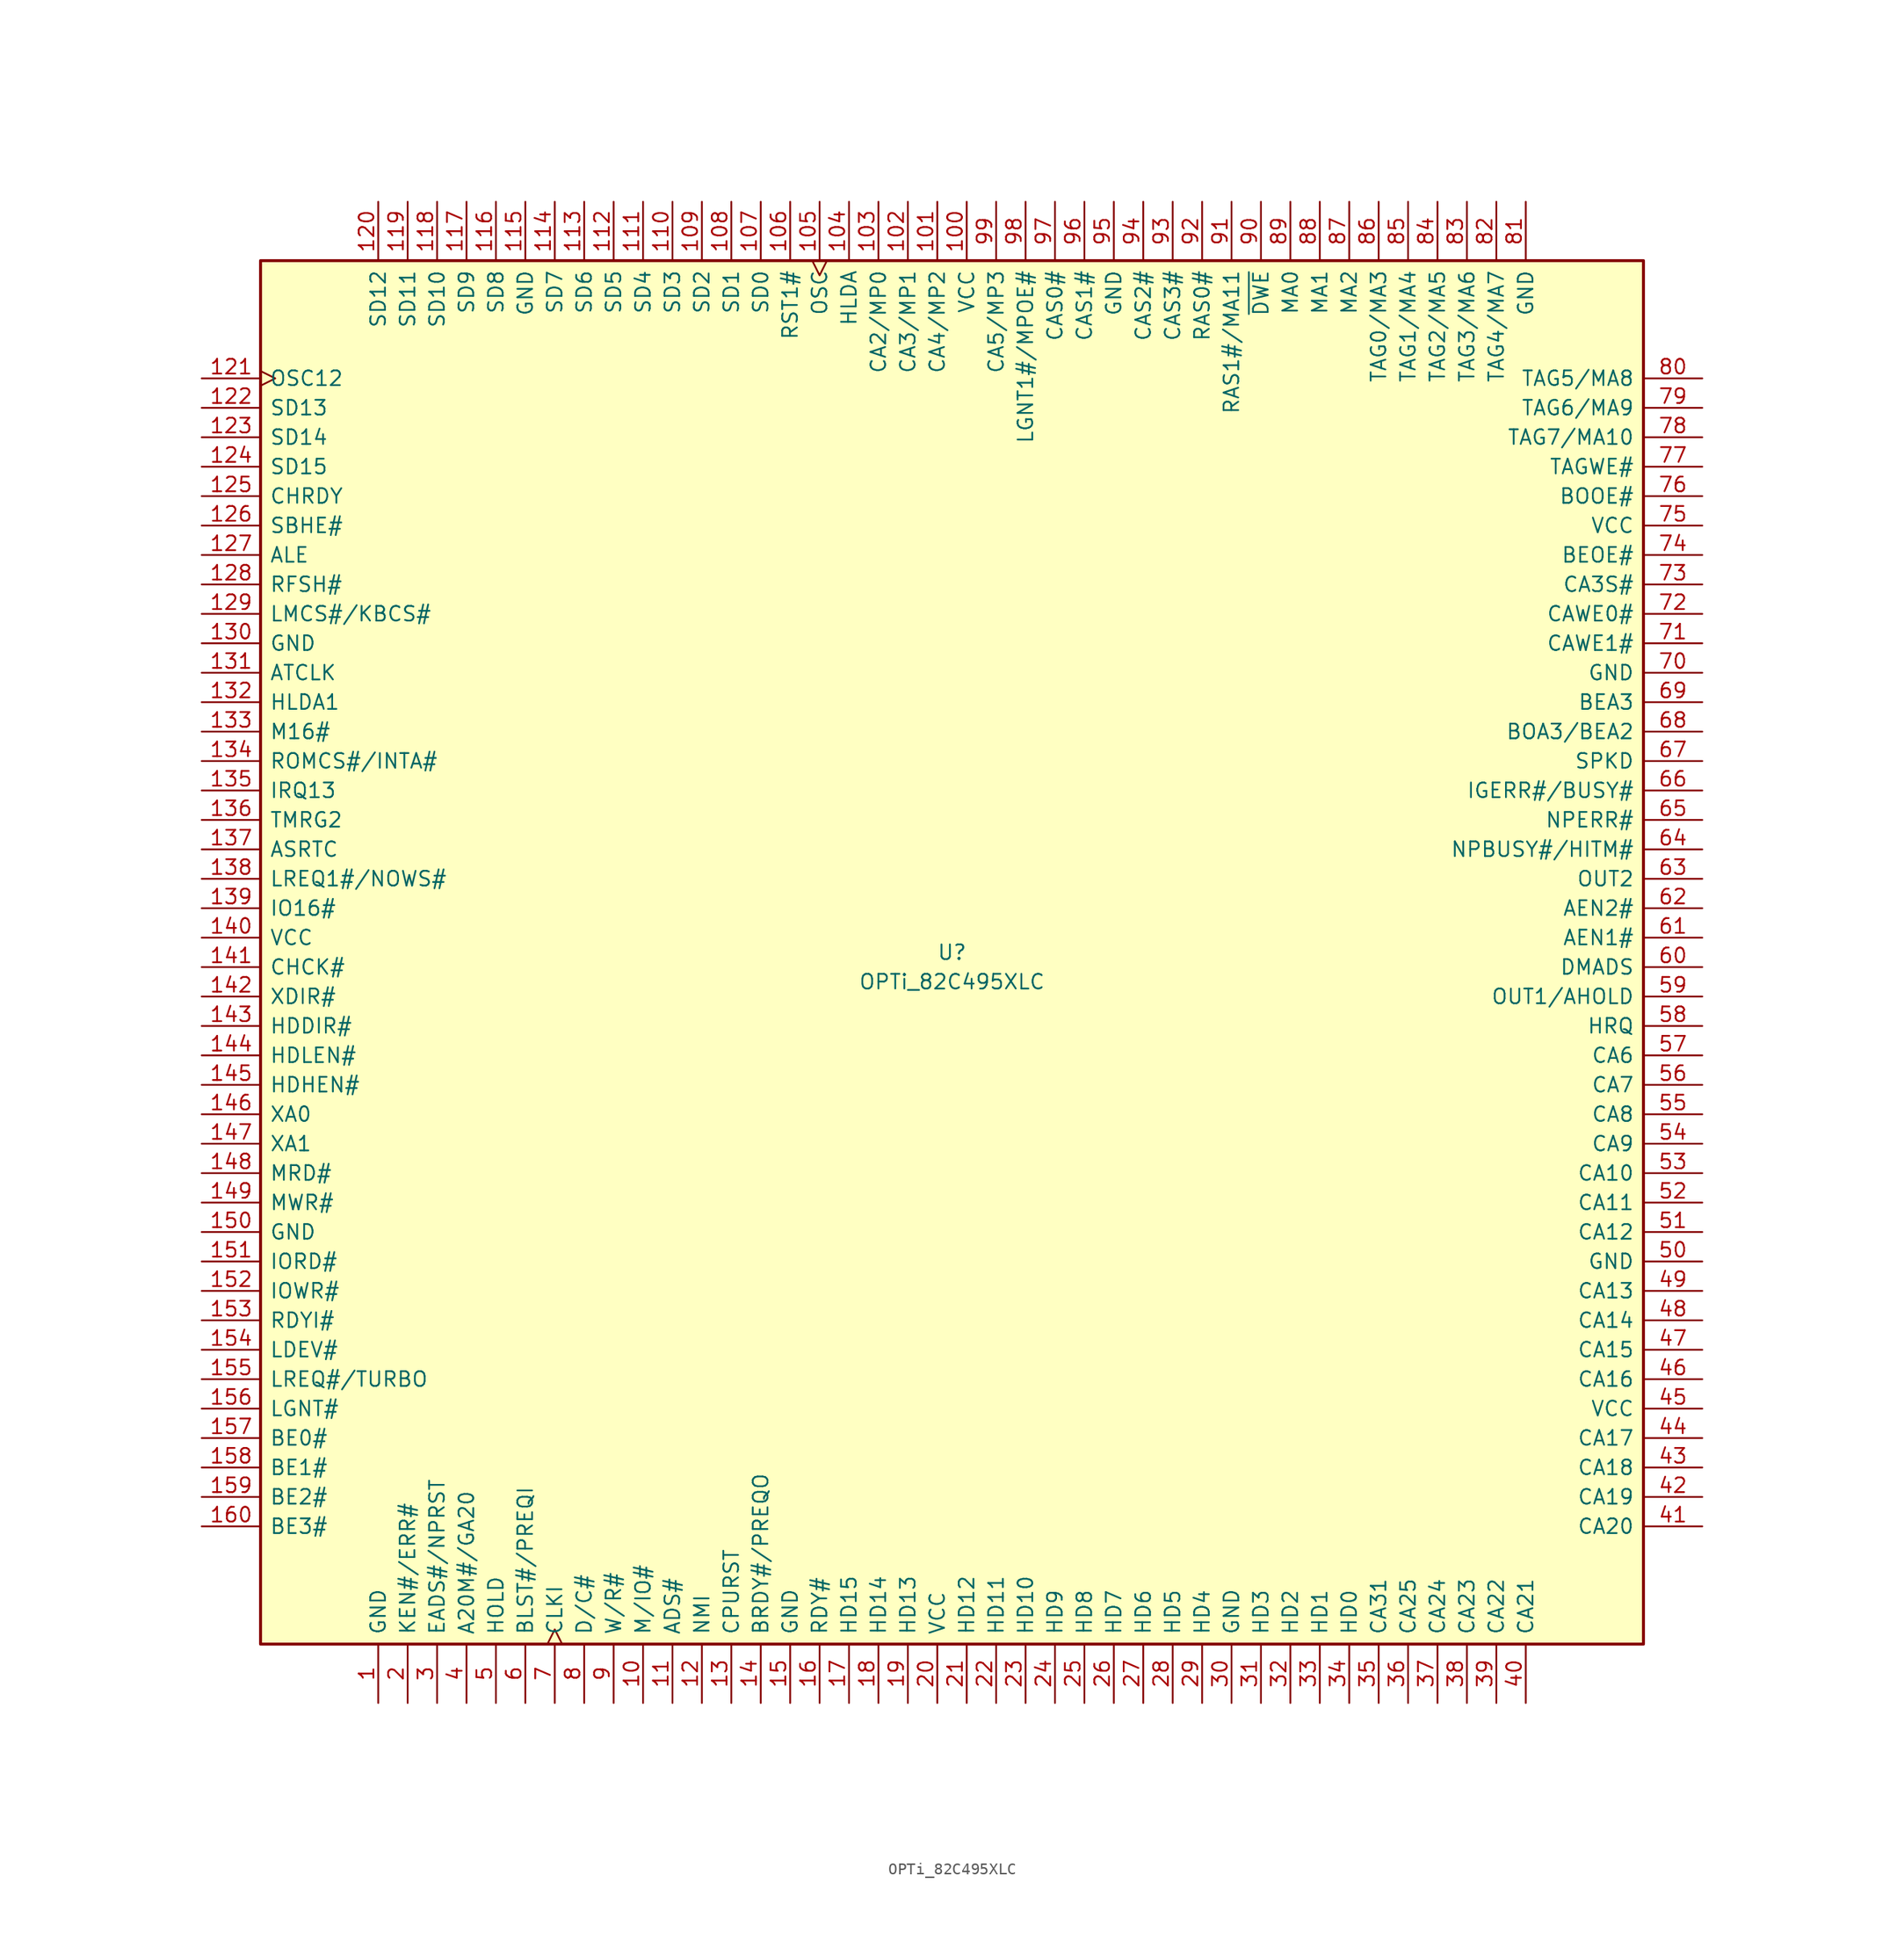
<source format=kicad_sym>
(kicad_symbol_lib
  (version 20211014)
  (generator kicad_symbol_editor)
  (symbol "OPTi_82C495XLC"
    (pin_names
      (offset 0.762))
    (property "Reference" "U"
      (at 0 0 0)
      (effects (font (size 1.27 1.27))))
    (property "Value" "OPTi_82C495XLC"
      (at 0 -2.54 0)
      (effects (font (size 1.27 1.27))))
    (symbol "OPTi_82C495XLC_1_1"
      (rectangle (start -59.69 -59.69) (end 59.69 59.69) (stroke (width 0.254) (type default) (color 0 0 0 0)) (fill (type background)))
      (pin power_in line (at -49.53 -64.77 90) (length 5.08) (name "GND" (effects (font (size 1.27 1.27)))) (number "1" (effects (font (size 1.27 1.27)))))
      (pin bidirectional line (at -26.67 -64.77 90) (length 5.08) (name "M/IO#" (effects (font (size 1.27 1.27)))) (number "10" (effects (font (size 1.27 1.27)))))
      (pin power_in line (at 1.27 64.77 270) (length 5.08) (name "VCC" (effects (font (size 1.27 1.27)))) (number "100" (effects (font (size 1.27 1.27)))))
      (pin bidirectional line (at -1.27 64.77 270) (length 5.08) (name "CA4/MP2" (effects (font (size 1.27 1.27)))) (number "101" (effects (font (size 1.27 1.27)))))
      (pin bidirectional line (at -3.81 64.77 270) (length 5.08) (name "CA3/MP1" (effects (font (size 1.27 1.27)))) (number "102" (effects (font (size 1.27 1.27)))))
      (pin bidirectional line (at -6.35 64.77 270) (length 5.08) (name "CA2/MP0" (effects (font (size 1.27 1.27)))) (number "103" (effects (font (size 1.27 1.27)))))
      (pin input line (at -8.89 64.77 270) (length 5.08) (name "HLDA" (effects (font (size 1.27 1.27)))) (number "104" (effects (font (size 1.27 1.27)))))
      (pin input clock (at -11.43 64.77 270) (length 5.08) (name "OSC" (effects (font (size 1.27 1.27)))) (number "105" (effects (font (size 1.27 1.27)))))
      (pin input line (at -13.97 64.77 270) (length 5.08) (name "RST1#" (effects (font (size 1.27 1.27)))) (number "106" (effects (font (size 1.27 1.27)))))
      (pin bidirectional line (at -16.51 64.77 270) (length 5.08) (name "SD0" (effects (font (size 1.27 1.27)))) (number "107" (effects (font (size 1.27 1.27)))))
      (pin bidirectional line (at -19.05 64.77 270) (length 5.08) (name "SD1" (effects (font (size 1.27 1.27)))) (number "108" (effects (font (size 1.27 1.27)))))
      (pin bidirectional line (at -21.59 64.77 270) (length 5.08) (name "SD2" (effects (font (size 1.27 1.27)))) (number "109" (effects (font (size 1.27 1.27)))))
      (pin bidirectional line (at -24.13 -64.77 90) (length 5.08) (name "ADS#" (effects (font (size 1.27 1.27)))) (number "11" (effects (font (size 1.27 1.27)))))
      (pin bidirectional line (at -24.13 64.77 270) (length 5.08) (name "SD3" (effects (font (size 1.27 1.27)))) (number "110" (effects (font (size 1.27 1.27)))))
      (pin bidirectional line (at -26.67 64.77 270) (length 5.08) (name "SD4" (effects (font (size 1.27 1.27)))) (number "111" (effects (font (size 1.27 1.27)))))
      (pin bidirectional line (at -29.21 64.77 270) (length 5.08) (name "SD5" (effects (font (size 1.27 1.27)))) (number "112" (effects (font (size 1.27 1.27)))))
      (pin bidirectional line (at -31.75 64.77 270) (length 5.08) (name "SD6" (effects (font (size 1.27 1.27)))) (number "113" (effects (font (size 1.27 1.27)))))
      (pin bidirectional line (at -34.29 64.77 270) (length 5.08) (name "SD7" (effects (font (size 1.27 1.27)))) (number "114" (effects (font (size 1.27 1.27)))))
      (pin power_in line (at -36.83 64.77 270) (length 5.08) (name "GND" (effects (font (size 1.27 1.27)))) (number "115" (effects (font (size 1.27 1.27)))))
      (pin bidirectional line (at -39.37 64.77 270) (length 5.08) (name "SD8" (effects (font (size 1.27 1.27)))) (number "116" (effects (font (size 1.27 1.27)))))
      (pin bidirectional line (at -41.91 64.77 270) (length 5.08) (name "SD9" (effects (font (size 1.27 1.27)))) (number "117" (effects (font (size 1.27 1.27)))))
      (pin bidirectional line (at -44.45 64.77 270) (length 5.08) (name "SD10" (effects (font (size 1.27 1.27)))) (number "118" (effects (font (size 1.27 1.27)))))
      (pin bidirectional line (at -46.99 64.77 270) (length 5.08) (name "SD11" (effects (font (size 1.27 1.27)))) (number "119" (effects (font (size 1.27 1.27)))))
      (pin output line (at -21.59 -64.77 90) (length 5.08) (name "NMI" (effects (font (size 1.27 1.27)))) (number "12" (effects (font (size 1.27 1.27)))))
      (pin bidirectional line (at -49.53 64.77 270) (length 5.08) (name "SD12" (effects (font (size 1.27 1.27)))) (number "120" (effects (font (size 1.27 1.27)))))
      (pin output clock (at -64.77 49.53 0) (length 5.08) (name "OSC12" (effects (font (size 1.27 1.27)))) (number "121" (effects (font (size 1.27 1.27)))))
      (pin bidirectional line (at -64.77 46.99 0) (length 5.08) (name "SD13" (effects (font (size 1.27 1.27)))) (number "122" (effects (font (size 1.27 1.27)))))
      (pin bidirectional line (at -64.77 44.45 0) (length 5.08) (name "SD14" (effects (font (size 1.27 1.27)))) (number "123" (effects (font (size 1.27 1.27)))))
      (pin bidirectional line (at -64.77 41.91 0) (length 5.08) (name "SD15" (effects (font (size 1.27 1.27)))) (number "124" (effects (font (size 1.27 1.27)))))
      (pin bidirectional line (at -64.77 39.37 0) (length 5.08) (name "CHRDY" (effects (font (size 1.27 1.27)))) (number "125" (effects (font (size 1.27 1.27)))))
      (pin bidirectional line (at -64.77 36.83 0) (length 5.08) (name "SBHE#" (effects (font (size 1.27 1.27)))) (number "126" (effects (font (size 1.27 1.27)))))
      (pin output line (at -64.77 34.29 0) (length 5.08) (name "ALE" (effects (font (size 1.27 1.27)))) (number "127" (effects (font (size 1.27 1.27)))))
      (pin bidirectional line (at -64.77 31.75 0) (length 5.08) (name "RFSH#" (effects (font (size 1.27 1.27)))) (number "128" (effects (font (size 1.27 1.27)))))
      (pin output line (at -64.77 29.21 0) (length 5.08) (name "LMCS#/KBCS#" (effects (font (size 1.27 1.27)))) (number "129" (effects (font (size 1.27 1.27)))))
      (pin output line (at -19.05 -64.77 90) (length 5.08) (name "CPURST" (effects (font (size 1.27 1.27)))) (number "13" (effects (font (size 1.27 1.27)))))
      (pin power_in line (at -64.77 26.67 0) (length 5.08) (name "GND" (effects (font (size 1.27 1.27)))) (number "130" (effects (font (size 1.27 1.27)))))
      (pin output line (at -64.77 24.13 0) (length 5.08) (name "ATCLK" (effects (font (size 1.27 1.27)))) (number "131" (effects (font (size 1.27 1.27)))))
      (pin output line (at -64.77 21.59 0) (length 5.08) (name "HLDA1" (effects (font (size 1.27 1.27)))) (number "132" (effects (font (size 1.27 1.27)))))
      (pin bidirectional line (at -64.77 19.05 0) (length 5.08) (name "M16#" (effects (font (size 1.27 1.27)))) (number "133" (effects (font (size 1.27 1.27)))))
      (pin output line (at -64.77 16.51 0) (length 5.08) (name "ROMCS#/INTA#" (effects (font (size 1.27 1.27)))) (number "134" (effects (font (size 1.27 1.27)))))
      (pin output line (at -64.77 13.97 0) (length 5.08) (name "IRQ13" (effects (font (size 1.27 1.27)))) (number "135" (effects (font (size 1.27 1.27)))))
      (pin output line (at -64.77 11.43 0) (length 5.08) (name "TMRG2" (effects (font (size 1.27 1.27)))) (number "136" (effects (font (size 1.27 1.27)))))
      (pin output line (at -64.77 8.89 0) (length 5.08) (name "ASRTC" (effects (font (size 1.27 1.27)))) (number "137" (effects (font (size 1.27 1.27)))))
      (pin input line (at -64.77 6.35 0) (length 5.08) (name "LREQ1#/NOWS#" (effects (font (size 1.27 1.27)))) (number "138" (effects (font (size 1.27 1.27)))))
      (pin input line (at -64.77 3.81 0) (length 5.08) (name "IO16#" (effects (font (size 1.27 1.27)))) (number "139" (effects (font (size 1.27 1.27)))))
      (pin output line (at -16.51 -64.77 90) (length 5.08) (name "BRDY#/PREQO" (effects (font (size 1.27 1.27)))) (number "14" (effects (font (size 1.27 1.27)))))
      (pin power_in line (at -64.77 1.27 0) (length 5.08) (name "VCC" (effects (font (size 1.27 1.27)))) (number "140" (effects (font (size 1.27 1.27)))))
      (pin input line (at -64.77 -1.27 0) (length 5.08) (name "CHCK#" (effects (font (size 1.27 1.27)))) (number "141" (effects (font (size 1.27 1.27)))))
      (pin bidirectional line (at -64.77 -3.81 0) (length 5.08) (name "XDIR#" (effects (font (size 1.27 1.27)))) (number "142" (effects (font (size 1.27 1.27)))))
      (pin output line (at -64.77 -6.35 0) (length 5.08) (name "HDDIR#" (effects (font (size 1.27 1.27)))) (number "143" (effects (font (size 1.27 1.27)))))
      (pin output line (at -64.77 -8.89 0) (length 5.08) (name "HDLEN#" (effects (font (size 1.27 1.27)))) (number "144" (effects (font (size 1.27 1.27)))))
      (pin output line (at -64.77 -11.43 0) (length 5.08) (name "HDHEN#" (effects (font (size 1.27 1.27)))) (number "145" (effects (font (size 1.27 1.27)))))
      (pin bidirectional line (at -64.77 -13.97 0) (length 5.08) (name "XA0" (effects (font (size 1.27 1.27)))) (number "146" (effects (font (size 1.27 1.27)))))
      (pin bidirectional line (at -64.77 -16.51 0) (length 5.08) (name "XA1" (effects (font (size 1.27 1.27)))) (number "147" (effects (font (size 1.27 1.27)))))
      (pin bidirectional line (at -64.77 -19.05 0) (length 5.08) (name "MRD#" (effects (font (size 1.27 1.27)))) (number "148" (effects (font (size 1.27 1.27)))))
      (pin bidirectional line (at -64.77 -21.59 0) (length 5.08) (name "MWR#" (effects (font (size 1.27 1.27)))) (number "149" (effects (font (size 1.27 1.27)))))
      (pin power_in line (at -13.97 -64.77 90) (length 5.08) (name "GND" (effects (font (size 1.27 1.27)))) (number "15" (effects (font (size 1.27 1.27)))))
      (pin power_in line (at -64.77 -24.13 0) (length 5.08) (name "GND" (effects (font (size 1.27 1.27)))) (number "150" (effects (font (size 1.27 1.27)))))
      (pin bidirectional line (at -64.77 -26.67 0) (length 5.08) (name "IORD#" (effects (font (size 1.27 1.27)))) (number "151" (effects (font (size 1.27 1.27)))))
      (pin bidirectional line (at -64.77 -29.21 0) (length 5.08) (name "IOWR#" (effects (font (size 1.27 1.27)))) (number "152" (effects (font (size 1.27 1.27)))))
      (pin input line (at -64.77 -31.75 0) (length 5.08) (name "RDYI#" (effects (font (size 1.27 1.27)))) (number "153" (effects (font (size 1.27 1.27)))))
      (pin input line (at -64.77 -34.29 0) (length 5.08) (name "LDEV#" (effects (font (size 1.27 1.27)))) (number "154" (effects (font (size 1.27 1.27)))))
      (pin bidirectional line (at -64.77 -36.83 0) (length 5.08) (name "LREQ#/TURBO" (effects (font (size 1.27 1.27)))) (number "155" (effects (font (size 1.27 1.27)))))
      (pin output line (at -64.77 -39.37 0) (length 5.08) (name "LGNT#" (effects (font (size 1.27 1.27)))) (number "156" (effects (font (size 1.27 1.27)))))
      (pin bidirectional line (at -64.77 -41.91 0) (length 5.08) (name "BE0#" (effects (font (size 1.27 1.27)))) (number "157" (effects (font (size 1.27 1.27)))))
      (pin bidirectional line (at -64.77 -44.45 0) (length 5.08) (name "BE1#" (effects (font (size 1.27 1.27)))) (number "158" (effects (font (size 1.27 1.27)))))
      (pin bidirectional line (at -64.77 -46.99 0) (length 5.08) (name "BE2#" (effects (font (size 1.27 1.27)))) (number "159" (effects (font (size 1.27 1.27)))))
      (pin bidirectional line (at -11.43 -64.77 90) (length 5.08) (name "RDY#" (effects (font (size 1.27 1.27)))) (number "16" (effects (font (size 1.27 1.27)))))
      (pin bidirectional line (at -64.77 -49.53 0) (length 5.08) (name "BE3#" (effects (font (size 1.27 1.27)))) (number "160" (effects (font (size 1.27 1.27)))))
      (pin bidirectional line (at -8.89 -64.77 90) (length 5.08) (name "HD15" (effects (font (size 1.27 1.27)))) (number "17" (effects (font (size 1.27 1.27)))))
      (pin bidirectional line (at -6.35 -64.77 90) (length 5.08) (name "HD14" (effects (font (size 1.27 1.27)))) (number "18" (effects (font (size 1.27 1.27)))))
      (pin bidirectional line (at -3.81 -64.77 90) (length 5.08) (name "HD13" (effects (font (size 1.27 1.27)))) (number "19" (effects (font (size 1.27 1.27)))))
      (pin output line (at -46.99 -64.77 90) (length 5.08) (name "KEN#/ERR#" (effects (font (size 1.27 1.27)))) (number "2" (effects (font (size 1.27 1.27)))))
      (pin power_in line (at -1.27 -64.77 90) (length 5.08) (name "VCC" (effects (font (size 1.27 1.27)))) (number "20" (effects (font (size 1.27 1.27)))))
      (pin bidirectional line (at 1.27 -64.77 90) (length 5.08) (name "HD12" (effects (font (size 1.27 1.27)))) (number "21" (effects (font (size 1.27 1.27)))))
      (pin bidirectional line (at 3.81 -64.77 90) (length 5.08) (name "HD11" (effects (font (size 1.27 1.27)))) (number "22" (effects (font (size 1.27 1.27)))))
      (pin bidirectional line (at 6.35 -64.77 90) (length 5.08) (name "HD10" (effects (font (size 1.27 1.27)))) (number "23" (effects (font (size 1.27 1.27)))))
      (pin bidirectional line (at 8.89 -64.77 90) (length 5.08) (name "HD9" (effects (font (size 1.27 1.27)))) (number "24" (effects (font (size 1.27 1.27)))))
      (pin bidirectional line (at 11.43 -64.77 90) (length 5.08) (name "HD8" (effects (font (size 1.27 1.27)))) (number "25" (effects (font (size 1.27 1.27)))))
      (pin bidirectional line (at 13.97 -64.77 90) (length 5.08) (name "HD7" (effects (font (size 1.27 1.27)))) (number "26" (effects (font (size 1.27 1.27)))))
      (pin bidirectional line (at 16.51 -64.77 90) (length 5.08) (name "HD6" (effects (font (size 1.27 1.27)))) (number "27" (effects (font (size 1.27 1.27)))))
      (pin bidirectional line (at 19.05 -64.77 90) (length 5.08) (name "HD5" (effects (font (size 1.27 1.27)))) (number "28" (effects (font (size 1.27 1.27)))))
      (pin bidirectional line (at 21.59 -64.77 90) (length 5.08) (name "HD4" (effects (font (size 1.27 1.27)))) (number "29" (effects (font (size 1.27 1.27)))))
      (pin output line (at -44.45 -64.77 90) (length 5.08) (name "EADS#/NPRST" (effects (font (size 1.27 1.27)))) (number "3" (effects (font (size 1.27 1.27)))))
      (pin power_in line (at 24.13 -64.77 90) (length 5.08) (name "GND" (effects (font (size 1.27 1.27)))) (number "30" (effects (font (size 1.27 1.27)))))
      (pin bidirectional line (at 26.67 -64.77 90) (length 5.08) (name "HD3" (effects (font (size 1.27 1.27)))) (number "31" (effects (font (size 1.27 1.27)))))
      (pin bidirectional line (at 29.21 -64.77 90) (length 5.08) (name "HD2" (effects (font (size 1.27 1.27)))) (number "32" (effects (font (size 1.27 1.27)))))
      (pin bidirectional line (at 31.75 -64.77 90) (length 5.08) (name "HD1" (effects (font (size 1.27 1.27)))) (number "33" (effects (font (size 1.27 1.27)))))
      (pin bidirectional line (at 34.29 -64.77 90) (length 5.08) (name "HD0" (effects (font (size 1.27 1.27)))) (number "34" (effects (font (size 1.27 1.27)))))
      (pin input line (at 36.83 -64.77 90) (length 5.08) (name "CA31" (effects (font (size 1.27 1.27)))) (number "35" (effects (font (size 1.27 1.27)))))
      (pin input line (at 39.37 -64.77 90) (length 5.08) (name "CA25" (effects (font (size 1.27 1.27)))) (number "36" (effects (font (size 1.27 1.27)))))
      (pin input line (at 41.91 -64.77 90) (length 5.08) (name "CA24" (effects (font (size 1.27 1.27)))) (number "37" (effects (font (size 1.27 1.27)))))
      (pin input line (at 44.45 -64.77 90) (length 5.08) (name "CA23" (effects (font (size 1.27 1.27)))) (number "38" (effects (font (size 1.27 1.27)))))
      (pin input line (at 46.99 -64.77 90) (length 5.08) (name "CA22" (effects (font (size 1.27 1.27)))) (number "39" (effects (font (size 1.27 1.27)))))
      (pin bidirectional line (at -41.91 -64.77 90) (length 5.08) (name "A20M#/GA20" (effects (font (size 1.27 1.27)))) (number "4" (effects (font (size 1.27 1.27)))))
      (pin input line (at 49.53 -64.77 90) (length 5.08) (name "CA21" (effects (font (size 1.27 1.27)))) (number "40" (effects (font (size 1.27 1.27)))))
      (pin input line (at 64.77 -49.53 180) (length 5.08) (name "CA20" (effects (font (size 1.27 1.27)))) (number "41" (effects (font (size 1.27 1.27)))))
      (pin input line (at 64.77 -46.99 180) (length 5.08) (name "CA19" (effects (font (size 1.27 1.27)))) (number "42" (effects (font (size 1.27 1.27)))))
      (pin input line (at 64.77 -44.45 180) (length 5.08) (name "CA18" (effects (font (size 1.27 1.27)))) (number "43" (effects (font (size 1.27 1.27)))))
      (pin input line (at 64.77 -41.91 180) (length 5.08) (name "CA17" (effects (font (size 1.27 1.27)))) (number "44" (effects (font (size 1.27 1.27)))))
      (pin power_in line (at 64.77 -39.37 180) (length 5.08) (name "VCC" (effects (font (size 1.27 1.27)))) (number "45" (effects (font (size 1.27 1.27)))))
      (pin bidirectional line (at 64.77 -36.83 180) (length 5.08) (name "CA16" (effects (font (size 1.27 1.27)))) (number "46" (effects (font (size 1.27 1.27)))))
      (pin bidirectional line (at 64.77 -34.29 180) (length 5.08) (name "CA15" (effects (font (size 1.27 1.27)))) (number "47" (effects (font (size 1.27 1.27)))))
      (pin bidirectional line (at 64.77 -31.75 180) (length 5.08) (name "CA14" (effects (font (size 1.27 1.27)))) (number "48" (effects (font (size 1.27 1.27)))))
      (pin bidirectional line (at 64.77 -29.21 180) (length 5.08) (name "CA13" (effects (font (size 1.27 1.27)))) (number "49" (effects (font (size 1.27 1.27)))))
      (pin output line (at -39.37 -64.77 90) (length 5.08) (name "HOLD" (effects (font (size 1.27 1.27)))) (number "5" (effects (font (size 1.27 1.27)))))
      (pin power_in line (at 64.77 -26.67 180) (length 5.08) (name "GND" (effects (font (size 1.27 1.27)))) (number "50" (effects (font (size 1.27 1.27)))))
      (pin bidirectional line (at 64.77 -24.13 180) (length 5.08) (name "CA12" (effects (font (size 1.27 1.27)))) (number "51" (effects (font (size 1.27 1.27)))))
      (pin bidirectional line (at 64.77 -21.59 180) (length 5.08) (name "CA11" (effects (font (size 1.27 1.27)))) (number "52" (effects (font (size 1.27 1.27)))))
      (pin bidirectional line (at 64.77 -19.05 180) (length 5.08) (name "CA10" (effects (font (size 1.27 1.27)))) (number "53" (effects (font (size 1.27 1.27)))))
      (pin bidirectional line (at 64.77 -16.51 180) (length 5.08) (name "CA9" (effects (font (size 1.27 1.27)))) (number "54" (effects (font (size 1.27 1.27)))))
      (pin bidirectional line (at 64.77 -13.97 180) (length 5.08) (name "CA8" (effects (font (size 1.27 1.27)))) (number "55" (effects (font (size 1.27 1.27)))))
      (pin input line (at 64.77 -11.43 180) (length 5.08) (name "CA7" (effects (font (size 1.27 1.27)))) (number "56" (effects (font (size 1.27 1.27)))))
      (pin input line (at 64.77 -8.89 180) (length 5.08) (name "CA6" (effects (font (size 1.27 1.27)))) (number "57" (effects (font (size 1.27 1.27)))))
      (pin input line (at 64.77 -6.35 180) (length 5.08) (name "HRQ" (effects (font (size 1.27 1.27)))) (number "58" (effects (font (size 1.27 1.27)))))
      (pin input line (at 64.77 -3.81 180) (length 5.08) (name "OUT1/AHOLD" (effects (font (size 1.27 1.27)))) (number "59" (effects (font (size 1.27 1.27)))))
      (pin input line (at -36.83 -64.77 90) (length 5.08) (name "BLST#/PREQI" (effects (font (size 1.27 1.27)))) (number "6" (effects (font (size 1.27 1.27)))))
      (pin input line (at 64.77 -1.27 180) (length 5.08) (name "DMADS" (effects (font (size 1.27 1.27)))) (number "60" (effects (font (size 1.27 1.27)))))
      (pin input line (at 64.77 1.27 180) (length 5.08) (name "AEN1#" (effects (font (size 1.27 1.27)))) (number "61" (effects (font (size 1.27 1.27)))))
      (pin input line (at 64.77 3.81 180) (length 5.08) (name "AEN2#" (effects (font (size 1.27 1.27)))) (number "62" (effects (font (size 1.27 1.27)))))
      (pin input line (at 64.77 6.35 180) (length 5.08) (name "OUT2" (effects (font (size 1.27 1.27)))) (number "63" (effects (font (size 1.27 1.27)))))
      (pin input line (at 64.77 8.89 180) (length 5.08) (name "NPBUSY#/HITM#" (effects (font (size 1.27 1.27)))) (number "64" (effects (font (size 1.27 1.27)))))
      (pin input line (at 64.77 11.43 180) (length 5.08) (name "NPERR#" (effects (font (size 1.27 1.27)))) (number "65" (effects (font (size 1.27 1.27)))))
      (pin output line (at 64.77 13.97 180) (length 5.08) (name "IGERR#/BUSY#" (effects (font (size 1.27 1.27)))) (number "66" (effects (font (size 1.27 1.27)))))
      (pin output line (at 64.77 16.51 180) (length 5.08) (name "SPKD" (effects (font (size 1.27 1.27)))) (number "67" (effects (font (size 1.27 1.27)))))
      (pin output line (at 64.77 19.05 180) (length 5.08) (name "BOA3/BEA2" (effects (font (size 1.27 1.27)))) (number "68" (effects (font (size 1.27 1.27)))))
      (pin output line (at 64.77 21.59 180) (length 5.08) (name "BEA3" (effects (font (size 1.27 1.27)))) (number "69" (effects (font (size 1.27 1.27)))))
      (pin input clock (at -34.29 -64.77 90) (length 5.08) (name "CLKI" (effects (font (size 1.27 1.27)))) (number "7" (effects (font (size 1.27 1.27)))))
      (pin power_in line (at 64.77 24.13 180) (length 5.08) (name "GND" (effects (font (size 1.27 1.27)))) (number "70" (effects (font (size 1.27 1.27)))))
      (pin output line (at 64.77 26.67 180) (length 5.08) (name "CAWE1#" (effects (font (size 1.27 1.27)))) (number "71" (effects (font (size 1.27 1.27)))))
      (pin output line (at 64.77 29.21 180) (length 5.08) (name "CAWE0#" (effects (font (size 1.27 1.27)))) (number "72" (effects (font (size 1.27 1.27)))))
      (pin output line (at 64.77 31.75 180) (length 5.08) (name "CA3S#" (effects (font (size 1.27 1.27)))) (number "73" (effects (font (size 1.27 1.27)))))
      (pin output line (at 64.77 34.29 180) (length 5.08) (name "BEOE#" (effects (font (size 1.27 1.27)))) (number "74" (effects (font (size 1.27 1.27)))))
      (pin power_in line (at 64.77 36.83 180) (length 5.08) (name "VCC" (effects (font (size 1.27 1.27)))) (number "75" (effects (font (size 1.27 1.27)))))
      (pin output line (at 64.77 39.37 180) (length 5.08) (name "BOOE#" (effects (font (size 1.27 1.27)))) (number "76" (effects (font (size 1.27 1.27)))))
      (pin output line (at 64.77 41.91 180) (length 5.08) (name "TAGWE#" (effects (font (size 1.27 1.27)))) (number "77" (effects (font (size 1.27 1.27)))))
      (pin bidirectional line (at 64.77 44.45 180) (length 5.08) (name "TAG7/MA10" (effects (font (size 1.27 1.27)))) (number "78" (effects (font (size 1.27 1.27)))))
      (pin bidirectional line (at 64.77 46.99 180) (length 5.08) (name "TAG6/MA9" (effects (font (size 1.27 1.27)))) (number "79" (effects (font (size 1.27 1.27)))))
      (pin input line (at -31.75 -64.77 90) (length 5.08) (name "D/C#" (effects (font (size 1.27 1.27)))) (number "8" (effects (font (size 1.27 1.27)))))
      (pin bidirectional line (at 64.77 49.53 180) (length 5.08) (name "TAG5/MA8" (effects (font (size 1.27 1.27)))) (number "80" (effects (font (size 1.27 1.27)))))
      (pin power_in line (at 49.53 64.77 270) (length 5.08) (name "GND" (effects (font (size 1.27 1.27)))) (number "81" (effects (font (size 1.27 1.27)))))
      (pin bidirectional line (at 46.99 64.77 270) (length 5.08) (name "TAG4/MA7" (effects (font (size 1.27 1.27)))) (number "82" (effects (font (size 1.27 1.27)))))
      (pin bidirectional line (at 44.45 64.77 270) (length 5.08) (name "TAG3/MA6" (effects (font (size 1.27 1.27)))) (number "83" (effects (font (size 1.27 1.27)))))
      (pin bidirectional line (at 41.91 64.77 270) (length 5.08) (name "TAG2/MA5" (effects (font (size 1.27 1.27)))) (number "84" (effects (font (size 1.27 1.27)))))
      (pin bidirectional line (at 39.37 64.77 270) (length 5.08) (name "TAG1/MA4" (effects (font (size 1.27 1.27)))) (number "85" (effects (font (size 1.27 1.27)))))
      (pin bidirectional line (at 36.83 64.77 270) (length 5.08) (name "TAG0/MA3" (effects (font (size 1.27 1.27)))) (number "86" (effects (font (size 1.27 1.27)))))
      (pin output line (at 34.29 64.77 270) (length 5.08) (name "MA2" (effects (font (size 1.27 1.27)))) (number "87" (effects (font (size 1.27 1.27)))))
      (pin output line (at 31.75 64.77 270) (length 5.08) (name "MA1" (effects (font (size 1.27 1.27)))) (number "88" (effects (font (size 1.27 1.27)))))
      (pin output line (at 29.21 64.77 270) (length 5.08) (name "MA0" (effects (font (size 1.27 1.27)))) (number "89" (effects (font (size 1.27 1.27)))))
      (pin bidirectional line (at -29.21 -64.77 90) (length 5.08) (name "W/R#" (effects (font (size 1.27 1.27)))) (number "9" (effects (font (size 1.27 1.27)))))
      (pin output line (at 26.67 64.77 270) (length 5.08) (name "~{DWE}" (effects (font (size 1.27 1.27)))) (number "90" (effects (font (size 1.27 1.27)))))
      (pin output line (at 24.13 64.77 270) (length 5.08) (name "RAS1#/MA11" (effects (font (size 1.27 1.27)))) (number "91" (effects (font (size 1.27 1.27)))))
      (pin output line (at 21.59 64.77 270) (length 5.08) (name "RAS0#" (effects (font (size 1.27 1.27)))) (number "92" (effects (font (size 1.27 1.27)))))
      (pin output line (at 19.05 64.77 270) (length 5.08) (name "CAS3#" (effects (font (size 1.27 1.27)))) (number "93" (effects (font (size 1.27 1.27)))))
      (pin output line (at 16.51 64.77 270) (length 5.08) (name "CAS2#" (effects (font (size 1.27 1.27)))) (number "94" (effects (font (size 1.27 1.27)))))
      (pin power_in line (at 13.97 64.77 270) (length 5.08) (name "GND" (effects (font (size 1.27 1.27)))) (number "95" (effects (font (size 1.27 1.27)))))
      (pin output line (at 11.43 64.77 270) (length 5.08) (name "CAS1#" (effects (font (size 1.27 1.27)))) (number "96" (effects (font (size 1.27 1.27)))))
      (pin output line (at 8.89 64.77 270) (length 5.08) (name "CAS0#" (effects (font (size 1.27 1.27)))) (number "97" (effects (font (size 1.27 1.27)))))
      (pin output line (at 6.35 64.77 270) (length 5.08) (name "LGNT1#/MPOE#" (effects (font (size 1.27 1.27)))) (number "98" (effects (font (size 1.27 1.27)))))
      (pin bidirectional line (at 3.81 64.77 270) (length 5.08) (name "CA5/MP3" (effects (font (size 1.27 1.27)))) (number "99" (effects (font (size 1.27 1.27))))))))
</source>
